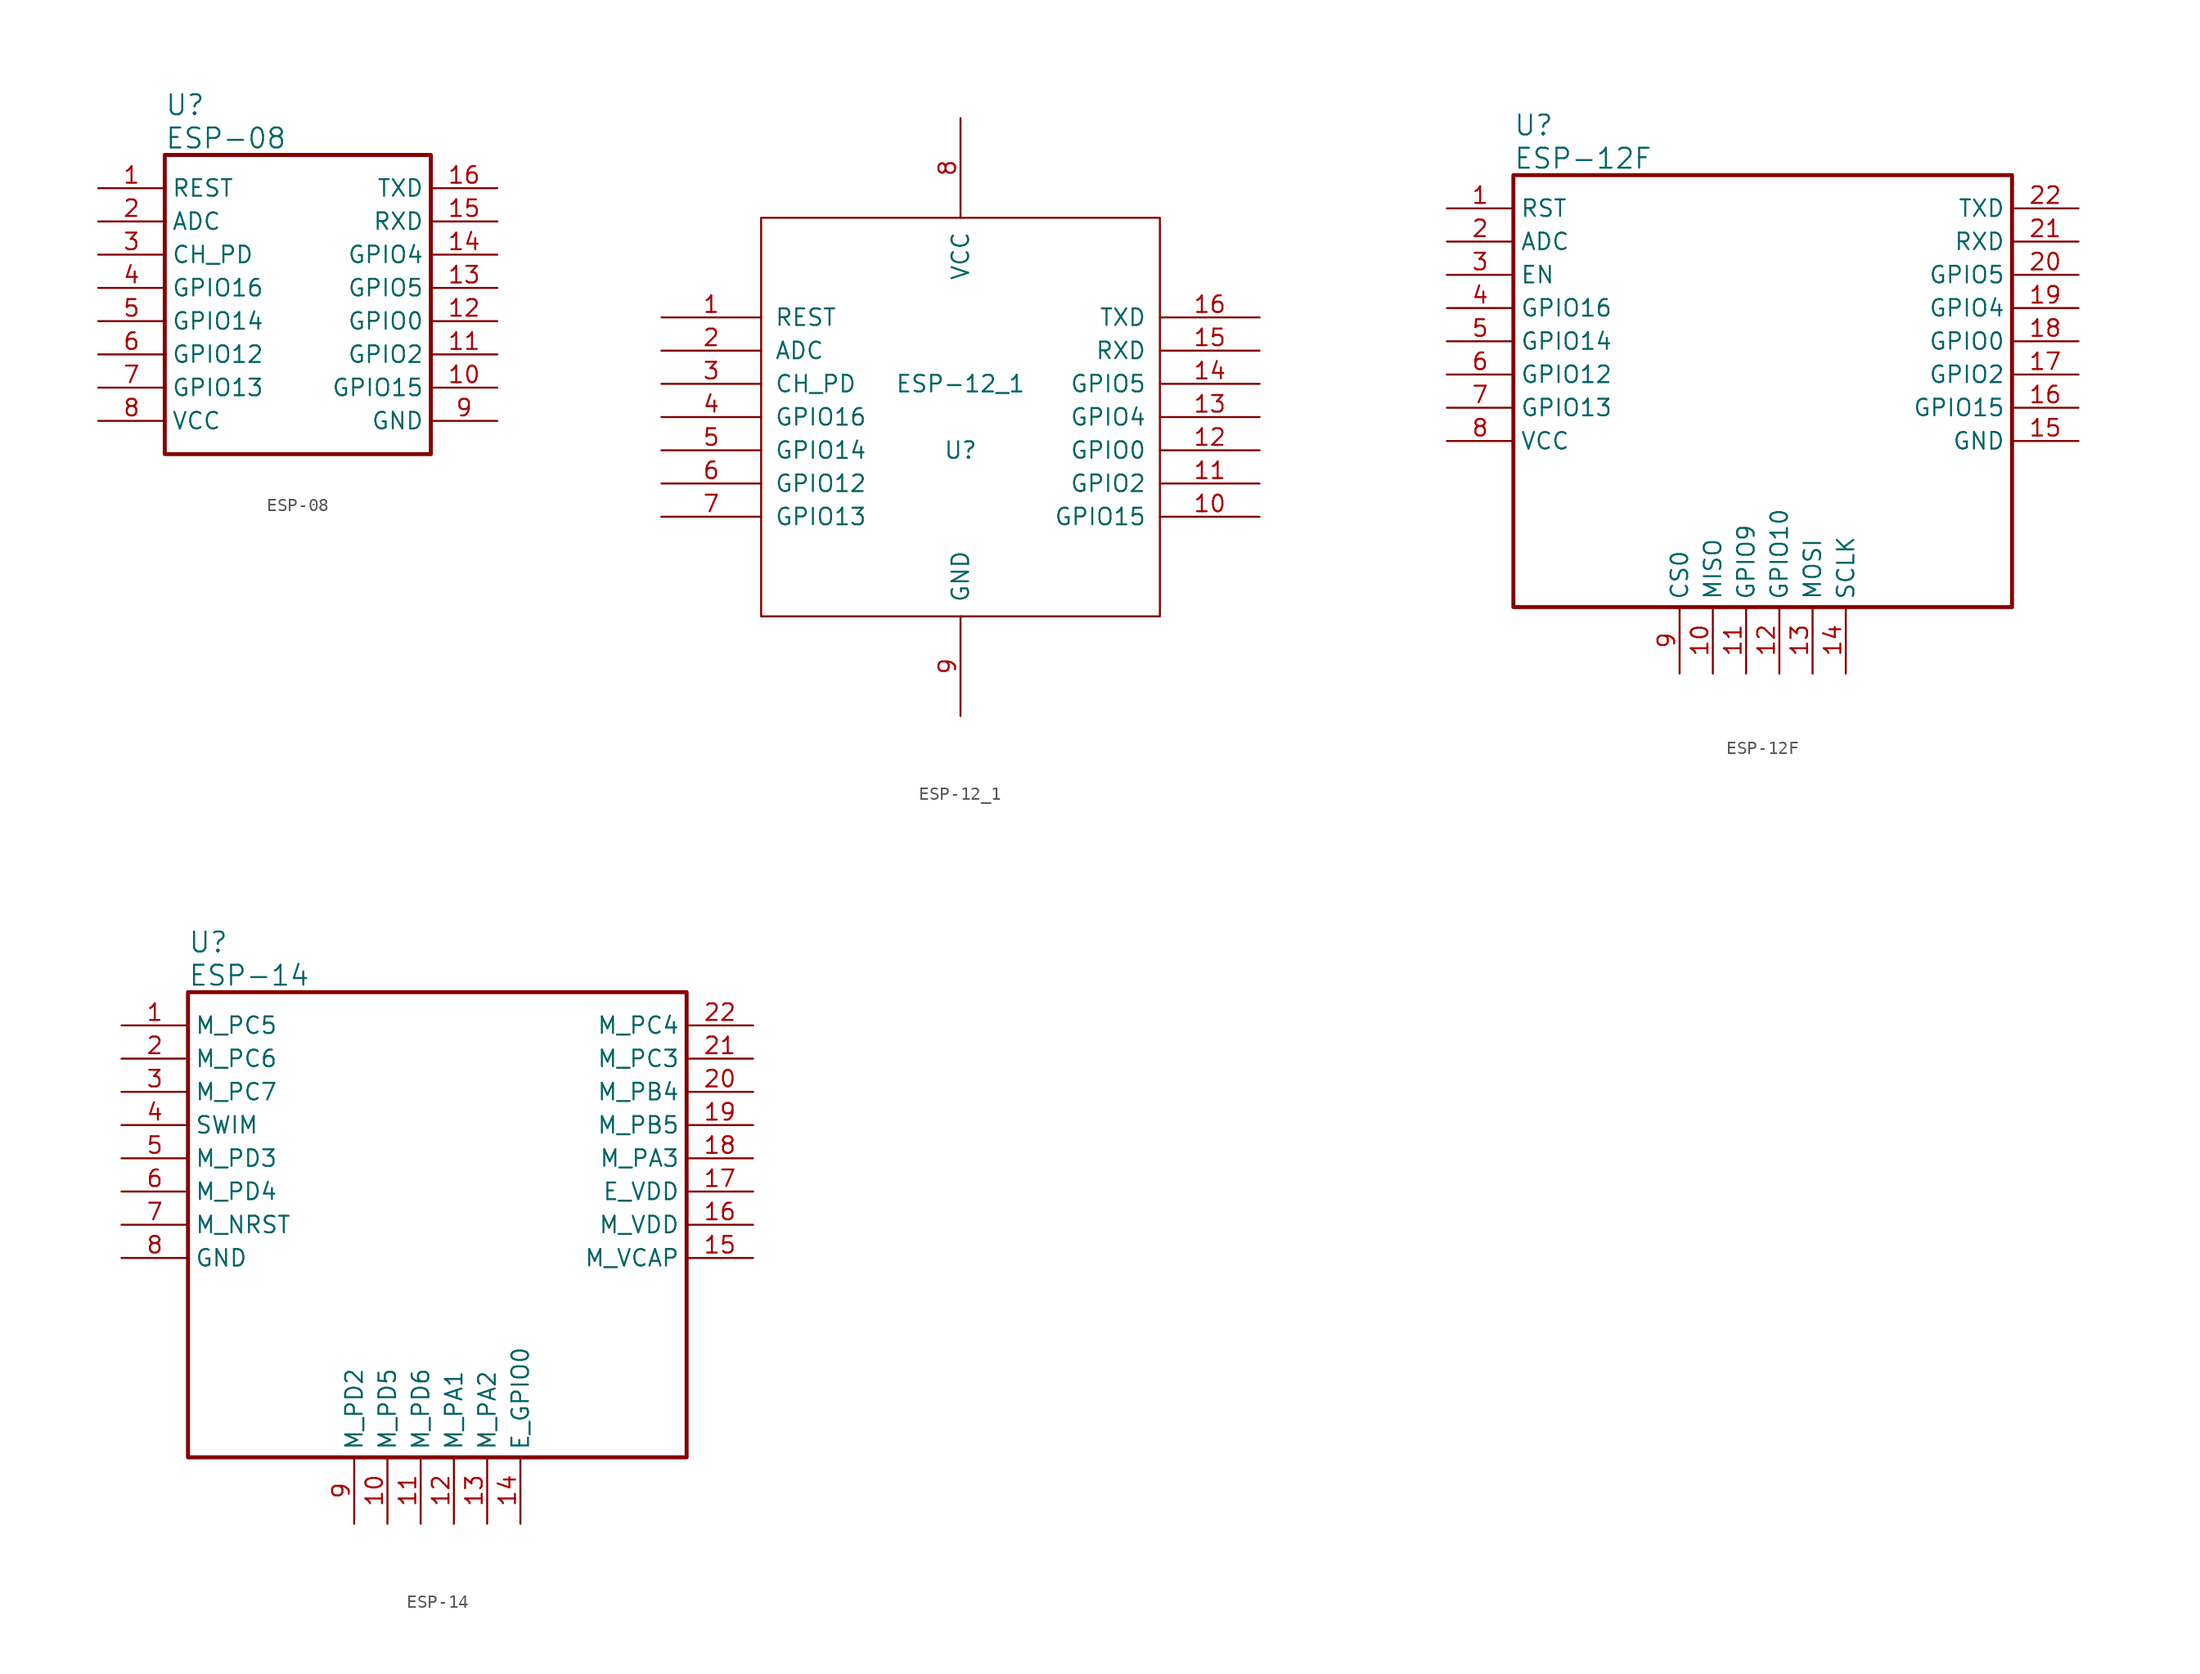
<source format=kicad_sym>
(kicad_symbol_lib
  (version 20220102)
  (generator kicad_symbol_editor)
  (symbol "ESP-08"
    (property "Reference" "U"
      (at 5.08 6.35 0)
      (effects (font (size 1.524 1.524)) (justify left)))
    (property "Value" "ESP-08"
      (at 5.08 3.81 0)
      (effects (font (size 1.524 1.524)) (justify left)))
    (property "ki_locked" ""
      (at 0 0 0)
      (effects (font (size 1.27 1.27))))
    (symbol "ESP-08_1_1"
      (rectangle (start 5.08 2.54) (end 25.4 -20.32) (stroke (width 0.305) (type default)) (fill (type none)))
      (pin input line (at 0 0 0) (length 5.08) (name "REST" (effects (font (size 1.27 1.27)))) (number "1" (effects (font (size 1.27 1.27)))))
      (pin bidirectional line (at 30.48 -15.24 180) (length 5.08) (name "GPIO15" (effects (font (size 1.27 1.27)))) (number "10" (effects (font (size 1.27 1.27)))))
      (pin bidirectional line (at 30.48 -12.7 180) (length 5.08) (name "GPIO2" (effects (font (size 1.27 1.27)))) (number "11" (effects (font (size 1.27 1.27)))))
      (pin bidirectional line (at 30.48 -10.16 180) (length 5.08) (name "GPIO0" (effects (font (size 1.27 1.27)))) (number "12" (effects (font (size 1.27 1.27)))))
      (pin bidirectional line (at 30.48 -7.62 180) (length 5.08) (name "GPIO5" (effects (font (size 1.27 1.27)))) (number "13" (effects (font (size 1.27 1.27)))))
      (pin bidirectional line (at 30.48 -5.08 180) (length 5.08) (name "GPIO4" (effects (font (size 1.27 1.27)))) (number "14" (effects (font (size 1.27 1.27)))))
      (pin input line (at 30.48 -2.54 180) (length 5.08) (name "RXD" (effects (font (size 1.27 1.27)))) (number "15" (effects (font (size 1.27 1.27)))))
      (pin output line (at 30.48 0 180) (length 5.08) (name "TXD" (effects (font (size 1.27 1.27)))) (number "16" (effects (font (size 1.27 1.27)))))
      (pin passive line (at 0 -2.54 0) (length 5.08) (name "ADC" (effects (font (size 1.27 1.27)))) (number "2" (effects (font (size 1.27 1.27)))))
      (pin input line (at 0 -5.08 0) (length 5.08) (name "CH_PD" (effects (font (size 1.27 1.27)))) (number "3" (effects (font (size 1.27 1.27)))))
      (pin bidirectional line (at 0 -7.62 0) (length 5.08) (name "GPIO16" (effects (font (size 1.27 1.27)))) (number "4" (effects (font (size 1.27 1.27)))))
      (pin bidirectional line (at 0 -10.16 0) (length 5.08) (name "GPIO14" (effects (font (size 1.27 1.27)))) (number "5" (effects (font (size 1.27 1.27)))))
      (pin bidirectional line (at 0 -12.7 0) (length 5.08) (name "GPIO12" (effects (font (size 1.27 1.27)))) (number "6" (effects (font (size 1.27 1.27)))))
      (pin bidirectional line (at 0 -15.24 0) (length 5.08) (name "GPIO13" (effects (font (size 1.27 1.27)))) (number "7" (effects (font (size 1.27 1.27)))))
      (pin power_in line (at 0 -17.78 0) (length 5.08) (name "VCC" (effects (font (size 1.27 1.27)))) (number "8" (effects (font (size 1.27 1.27)))))
      (pin power_in line (at 30.48 -17.78 180) (length 5.08) (name "GND" (effects (font (size 1.27 1.27)))) (number "9" (effects (font (size 1.27 1.27)))))))
  (symbol "ESP-12_1"
    (pin_names
      (offset 1.016))
    (property "Reference" "U"
      (at 0 -2.54 0)
      (effects (font (size 1.27 1.27))))
    (property "Value" "ESP-12_1"
      (at 0 2.54 0)
      (effects (font (size 1.27 1.27))))
    (symbol "ESP-12_1_1_0"
      (rectangle (start -15.24 -15.24) (end 15.24 15.24) (stroke (width 0) (type default)) (fill (type none))))
    (symbol "ESP-12_1_1_1"
      (pin input line (at -22.86 7.62 0) (length 7.62) (name "REST" (effects (font (size 1.27 1.27)))) (number "1" (effects (font (size 1.27 1.27)))))
      (pin bidirectional line (at 22.86 -7.62 180) (length 7.62) (name "GPIO15" (effects (font (size 1.27 1.27)))) (number "10" (effects (font (size 1.27 1.27)))))
      (pin bidirectional line (at 22.86 -5.08 180) (length 7.62) (name "GPIO2" (effects (font (size 1.27 1.27)))) (number "11" (effects (font (size 1.27 1.27)))))
      (pin bidirectional line (at 22.86 -2.54 180) (length 7.62) (name "GPIO0" (effects (font (size 1.27 1.27)))) (number "12" (effects (font (size 1.27 1.27)))))
      (pin bidirectional line (at 22.86 0 180) (length 7.62) (name "GPIO4" (effects (font (size 1.27 1.27)))) (number "13" (effects (font (size 1.27 1.27)))))
      (pin bidirectional line (at 22.86 2.54 180) (length 7.62) (name "GPIO5" (effects (font (size 1.27 1.27)))) (number "14" (effects (font (size 1.27 1.27)))))
      (pin input line (at 22.86 5.08 180) (length 7.62) (name "RXD" (effects (font (size 1.27 1.27)))) (number "15" (effects (font (size 1.27 1.27)))))
      (pin output line (at 22.86 7.62 180) (length 7.62) (name "TXD" (effects (font (size 1.27 1.27)))) (number "16" (effects (font (size 1.27 1.27)))))
      (pin passive line (at -22.86 5.08 0) (length 7.62) (name "ADC" (effects (font (size 1.27 1.27)))) (number "2" (effects (font (size 1.27 1.27)))))
      (pin input line (at -22.86 2.54 0) (length 7.62) (name "CH_PD" (effects (font (size 1.27 1.27)))) (number "3" (effects (font (size 1.27 1.27)))))
      (pin bidirectional line (at -22.86 0 0) (length 7.62) (name "GPIO16" (effects (font (size 1.27 1.27)))) (number "4" (effects (font (size 1.27 1.27)))))
      (pin bidirectional line (at -22.86 -2.54 0) (length 7.62) (name "GPIO14" (effects (font (size 1.27 1.27)))) (number "5" (effects (font (size 1.27 1.27)))))
      (pin bidirectional line (at -22.86 -5.08 0) (length 7.62) (name "GPIO12" (effects (font (size 1.27 1.27)))) (number "6" (effects (font (size 1.27 1.27)))))
      (pin bidirectional line (at -22.86 -7.62 0) (length 7.62) (name "GPIO13" (effects (font (size 1.27 1.27)))) (number "7" (effects (font (size 1.27 1.27)))))
      (pin power_in line (at 0 22.86 270) (length 7.62) (name "VCC" (effects (font (size 1.27 1.27)))) (number "8" (effects (font (size 1.27 1.27)))))
      (pin power_in line (at 0 -22.86 90) (length 7.62) (name "GND" (effects (font (size 1.27 1.27)))) (number "9" (effects (font (size 1.27 1.27)))))))
  (symbol "ESP-12F"
    (property "Reference" "U"
      (at 5.08 6.35 0)
      (effects (font (size 1.524 1.524)) (justify left)))
    (property "Value" "ESP-12F"
      (at 5.08 3.81 0)
      (effects (font (size 1.524 1.524)) (justify left)))
    (property "ki_locked" ""
      (at 0 0 0)
      (effects (font (size 1.27 1.27))))
    (symbol "ESP-12F_1_1"
      (rectangle (start 5.08 2.54) (end 43.18 -30.48) (stroke (width 0.305) (type default)) (fill (type none)))
      (pin input line (at 0 0 0) (length 5.08) (name "RST" (effects (font (size 1.27 1.27)))) (number "1" (effects (font (size 1.27 1.27)))))
      (pin bidirectional line (at 20.32 -35.56 90) (length 5.08) (name "MISO" (effects (font (size 1.27 1.27)))) (number "10" (effects (font (size 1.27 1.27)))))
      (pin bidirectional line (at 22.86 -35.56 90) (length 5.08) (name "GPIO9" (effects (font (size 1.27 1.27)))) (number "11" (effects (font (size 1.27 1.27)))))
      (pin bidirectional line (at 25.4 -35.56 90) (length 5.08) (name "GPIO10" (effects (font (size 1.27 1.27)))) (number "12" (effects (font (size 1.27 1.27)))))
      (pin bidirectional line (at 27.94 -35.56 90) (length 5.08) (name "MOSI" (effects (font (size 1.27 1.27)))) (number "13" (effects (font (size 1.27 1.27)))))
      (pin bidirectional line (at 30.48 -35.56 90) (length 5.08) (name "SCLK" (effects (font (size 1.27 1.27)))) (number "14" (effects (font (size 1.27 1.27)))))
      (pin power_in line (at 48.26 -17.78 180) (length 5.08) (name "GND" (effects (font (size 1.27 1.27)))) (number "15" (effects (font (size 1.27 1.27)))))
      (pin bidirectional line (at 48.26 -15.24 180) (length 5.08) (name "GPIO15" (effects (font (size 1.27 1.27)))) (number "16" (effects (font (size 1.27 1.27)))))
      (pin bidirectional line (at 48.26 -12.7 180) (length 5.08) (name "GPIO2" (effects (font (size 1.27 1.27)))) (number "17" (effects (font (size 1.27 1.27)))))
      (pin bidirectional line (at 48.26 -10.16 180) (length 5.08) (name "GPIO0" (effects (font (size 1.27 1.27)))) (number "18" (effects (font (size 1.27 1.27)))))
      (pin bidirectional line (at 48.26 -7.62 180) (length 5.08) (name "GPIO4" (effects (font (size 1.27 1.27)))) (number "19" (effects (font (size 1.27 1.27)))))
      (pin passive line (at 0 -2.54 0) (length 5.08) (name "ADC" (effects (font (size 1.27 1.27)))) (number "2" (effects (font (size 1.27 1.27)))))
      (pin bidirectional line (at 48.26 -5.08 180) (length 5.08) (name "GPIO5" (effects (font (size 1.27 1.27)))) (number "20" (effects (font (size 1.27 1.27)))))
      (pin input line (at 48.26 -2.54 180) (length 5.08) (name "RXD" (effects (font (size 1.27 1.27)))) (number "21" (effects (font (size 1.27 1.27)))))
      (pin output line (at 48.26 0 180) (length 5.08) (name "TXD" (effects (font (size 1.27 1.27)))) (number "22" (effects (font (size 1.27 1.27)))))
      (pin input line (at 0 -5.08 0) (length 5.08) (name "EN" (effects (font (size 1.27 1.27)))) (number "3" (effects (font (size 1.27 1.27)))))
      (pin bidirectional line (at 0 -7.62 0) (length 5.08) (name "GPIO16" (effects (font (size 1.27 1.27)))) (number "4" (effects (font (size 1.27 1.27)))))
      (pin bidirectional line (at 0 -10.16 0) (length 5.08) (name "GPIO14" (effects (font (size 1.27 1.27)))) (number "5" (effects (font (size 1.27 1.27)))))
      (pin bidirectional line (at 0 -12.7 0) (length 5.08) (name "GPIO12" (effects (font (size 1.27 1.27)))) (number "6" (effects (font (size 1.27 1.27)))))
      (pin bidirectional line (at 0 -15.24 0) (length 5.08) (name "GPIO13" (effects (font (size 1.27 1.27)))) (number "7" (effects (font (size 1.27 1.27)))))
      (pin power_in line (at 0 -17.78 0) (length 5.08) (name "VCC" (effects (font (size 1.27 1.27)))) (number "8" (effects (font (size 1.27 1.27)))))
      (pin bidirectional line (at 17.78 -35.56 90) (length 5.08) (name "CS0" (effects (font (size 1.27 1.27)))) (number "9" (effects (font (size 1.27 1.27)))))))
  (symbol "ESP-14"
    (property "Reference" "U"
      (at 5.08 6.35 0)
      (effects (font (size 1.524 1.524)) (justify left)))
    (property "Value" "ESP-14"
      (at 5.08 3.81 0)
      (effects (font (size 1.524 1.524)) (justify left)))
    (property "ki_locked" ""
      (at 0 0 0)
      (effects (font (size 1.27 1.27))))
    (symbol "ESP-14_1_1"
      (rectangle (start 5.08 2.54) (end 43.18 -33.02) (stroke (width 0.305) (type default)) (fill (type none)))
      (pin bidirectional line (at 0 0 0) (length 5.08) (name "M_PC5" (effects (font (size 1.27 1.27)))) (number "1" (effects (font (size 1.27 1.27)))))
      (pin bidirectional line (at 20.32 -38.1 90) (length 5.08) (name "M_PD5" (effects (font (size 1.27 1.27)))) (number "10" (effects (font (size 1.27 1.27)))))
      (pin bidirectional line (at 22.86 -38.1 90) (length 5.08) (name "M_PD6" (effects (font (size 1.27 1.27)))) (number "11" (effects (font (size 1.27 1.27)))))
      (pin bidirectional line (at 25.4 -38.1 90) (length 5.08) (name "M_PA1" (effects (font (size 1.27 1.27)))) (number "12" (effects (font (size 1.27 1.27)))))
      (pin bidirectional line (at 27.94 -38.1 90) (length 5.08) (name "M_PA2" (effects (font (size 1.27 1.27)))) (number "13" (effects (font (size 1.27 1.27)))))
      (pin bidirectional line (at 30.48 -38.1 90) (length 5.08) (name "E_GPIO0" (effects (font (size 1.27 1.27)))) (number "14" (effects (font (size 1.27 1.27)))))
      (pin power_in line (at 48.26 -17.78 180) (length 5.08) (name "M_VCAP" (effects (font (size 1.27 1.27)))) (number "15" (effects (font (size 1.27 1.27)))))
      (pin power_in line (at 48.26 -15.24 180) (length 5.08) (name "M_VDD" (effects (font (size 1.27 1.27)))) (number "16" (effects (font (size 1.27 1.27)))))
      (pin power_in line (at 48.26 -12.7 180) (length 5.08) (name "E_VDD" (effects (font (size 1.27 1.27)))) (number "17" (effects (font (size 1.27 1.27)))))
      (pin bidirectional line (at 48.26 -10.16 180) (length 5.08) (name "M_PA3" (effects (font (size 1.27 1.27)))) (number "18" (effects (font (size 1.27 1.27)))))
      (pin bidirectional line (at 48.26 -7.62 180) (length 5.08) (name "M_PB5" (effects (font (size 1.27 1.27)))) (number "19" (effects (font (size 1.27 1.27)))))
      (pin bidirectional line (at 0 -2.54 0) (length 5.08) (name "M_PC6" (effects (font (size 1.27 1.27)))) (number "2" (effects (font (size 1.27 1.27)))))
      (pin bidirectional line (at 48.26 -5.08 180) (length 5.08) (name "M_PB4" (effects (font (size 1.27 1.27)))) (number "20" (effects (font (size 1.27 1.27)))))
      (pin bidirectional line (at 48.26 -2.54 180) (length 5.08) (name "M_PC3" (effects (font (size 1.27 1.27)))) (number "21" (effects (font (size 1.27 1.27)))))
      (pin bidirectional line (at 48.26 0 180) (length 5.08) (name "M_PC4" (effects (font (size 1.27 1.27)))) (number "22" (effects (font (size 1.27 1.27)))))
      (pin bidirectional line (at 0 -5.08 0) (length 5.08) (name "M_PC7" (effects (font (size 1.27 1.27)))) (number "3" (effects (font (size 1.27 1.27)))))
      (pin bidirectional line (at 0 -7.62 0) (length 5.08) (name "SWIM" (effects (font (size 1.27 1.27)))) (number "4" (effects (font (size 1.27 1.27)))))
      (pin bidirectional line (at 0 -10.16 0) (length 5.08) (name "M_PD3" (effects (font (size 1.27 1.27)))) (number "5" (effects (font (size 1.27 1.27)))))
      (pin bidirectional line (at 0 -12.7 0) (length 5.08) (name "M_PD4" (effects (font (size 1.27 1.27)))) (number "6" (effects (font (size 1.27 1.27)))))
      (pin input line (at 0 -15.24 0) (length 5.08) (name "M_NRST" (effects (font (size 1.27 1.27)))) (number "7" (effects (font (size 1.27 1.27)))))
      (pin power_in line (at 0 -17.78 0) (length 5.08) (name "GND" (effects (font (size 1.27 1.27)))) (number "8" (effects (font (size 1.27 1.27)))))
      (pin bidirectional line (at 17.78 -38.1 90) (length 5.08) (name "M_PD2" (effects (font (size 1.27 1.27)))) (number "9" (effects (font (size 1.27 1.27))))))))
</source>
